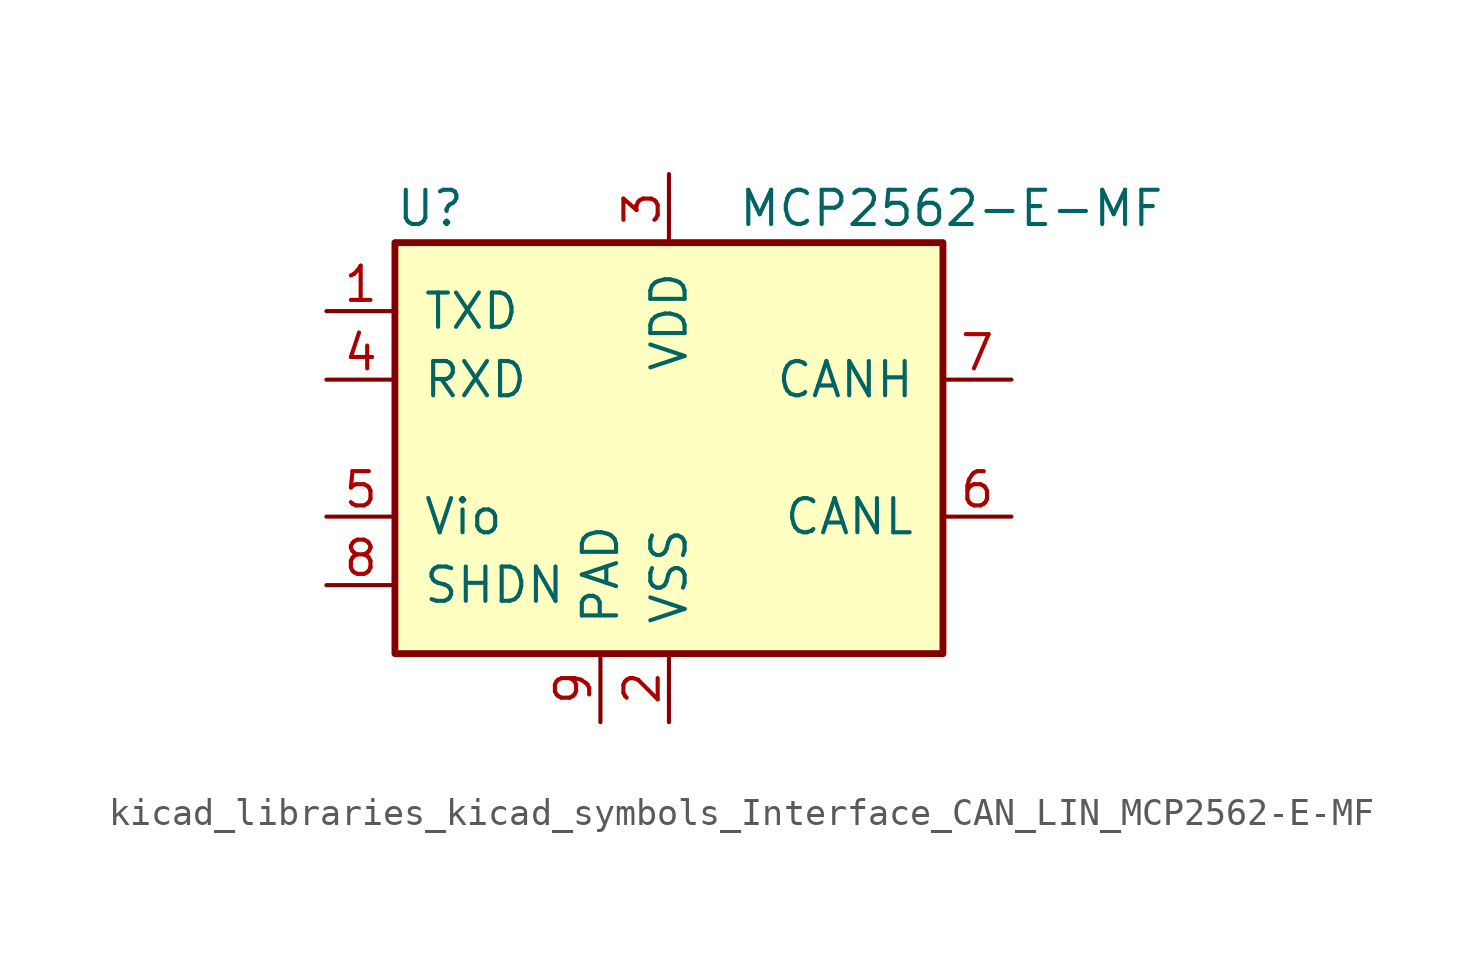
<source format=kicad_sym>
(kicad_symbol_lib
  (version 20220914)
  (generator kicad_symbol_editor)
  (symbol "kicad_libraries_kicad_symbols_Interface_CAN_LIN_MCP2562-E-MF"
    (pin_names
      (offset 1.016))
    (property "Reference" "U"
      (at -10.16 8.89 0)
      (effects (font (size 1.27 1.27)) (justify left)))
    (property "Value" "MCP2562-E-MF"
      (at 2.54 8.89 0)
      (effects (font (size 1.27 1.27)) (justify left)))
    (symbol "kicad_libraries_kicad_symbols_Interface_CAN_LIN_MCP2562-E-MF_0_1"
      (rectangle (start -10.16 7.62) (end 10.16 -7.62) (stroke (width 0.254) (type default)) (fill (type background))))
    (symbol "kicad_libraries_kicad_symbols_Interface_CAN_LIN_MCP2562-E-MF_1_1"
      (pin input line (at -12.7 5.08 0) (length 2.54) (name "TXD" (effects (font (size 1.27 1.27)))) (number "1" (effects (font (size 1.27 1.27)))))
      (pin power_in line (at 0 -10.16 90) (length 2.54) (name "VSS" (effects (font (size 1.27 1.27)))) (number "2" (effects (font (size 1.27 1.27)))))
      (pin power_in line (at 0 10.16 270) (length 2.54) (name "VDD" (effects (font (size 1.27 1.27)))) (number "3" (effects (font (size 1.27 1.27)))))
      (pin output line (at -12.7 2.54 0) (length 2.54) (name "RXD" (effects (font (size 1.27 1.27)))) (number "4" (effects (font (size 1.27 1.27)))))
      (pin power_in line (at -12.7 -2.54 0) (length 2.54) (name "Vio" (effects (font (size 1.27 1.27)))) (number "5" (effects (font (size 1.27 1.27)))))
      (pin bidirectional line (at 12.7 -2.54 180) (length 2.54) (name "CANL" (effects (font (size 1.27 1.27)))) (number "6" (effects (font (size 1.27 1.27)))))
      (pin bidirectional line (at 12.7 2.54 180) (length 2.54) (name "CANH" (effects (font (size 1.27 1.27)))) (number "7" (effects (font (size 1.27 1.27)))))
      (pin input line (at -12.7 -5.08 0) (length 2.54) (name "SHDN" (effects (font (size 1.27 1.27)))) (number "8" (effects (font (size 1.27 1.27)))))
      (pin power_in line (at -2.54 -10.16 90) (length 2.54) (name "PAD" (effects (font (size 1.27 1.27)))) (number "9" (effects (font (size 1.27 1.27))))))))
</source>
